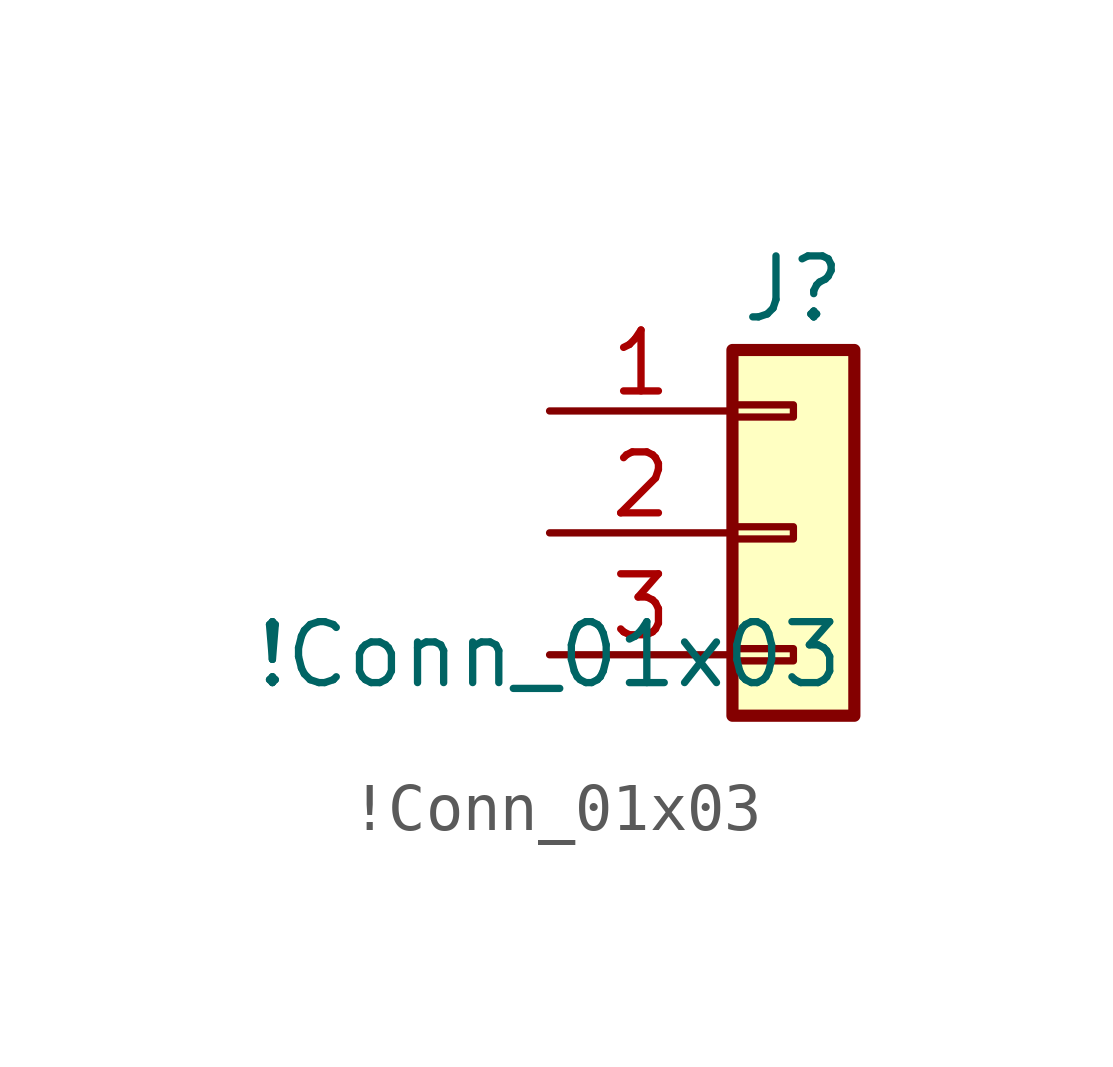
<source format=kicad_sym>
(kicad_symbol_lib
  (version 20241209)
  (generator "kicad_symbol_editor")
  (generator_version "9.0")
  (symbol "!Conn_01x03"
    (pin_names
      (offset 1.016)
      (hide yes))
    (property "Reference" "J"
      (at 5.08 2.54 0)
      (effects (font (size 1.27 1.27))))
    (property "Value" "!Conn_01x03"
      (at 0 -5.08 0)
      (effects (font (size 1.27 1.27))))
    (symbol "!Conn_01x03_1_1"
      (rectangle (start 3.81 1.27) (end 6.35 -6.35) (stroke (width 0.254) (type default)) (fill (type background)))
      (rectangle (start 3.81 0.127) (end 5.08 -0.127) (stroke (width 0.152) (type default)) (fill (type none)))
      (rectangle (start 3.81 -2.413) (end 5.08 -2.667) (stroke (width 0.152) (type default)) (fill (type none)))
      (rectangle (start 3.81 -4.953) (end 5.08 -5.207) (stroke (width 0.152) (type default)) (fill (type none)))
      (pin passive line (at 0 0 0) (length 3.81) (name "Pin_1" (effects (font (size 1.27 1.27)))) (number "1" (effects (font (size 1.27 1.27)))))
      (pin passive line (at 0 -2.54 0) (length 3.81) (name "Pin_2" (effects (font (size 1.27 1.27)))) (number "2" (effects (font (size 1.27 1.27)))))
      (pin passive line (at 0 -5.08 0) (length 3.81) (name "Pin_3" (effects (font (size 1.27 1.27)))) (number "3" (effects (font (size 1.27 1.27))))))))
</source>
